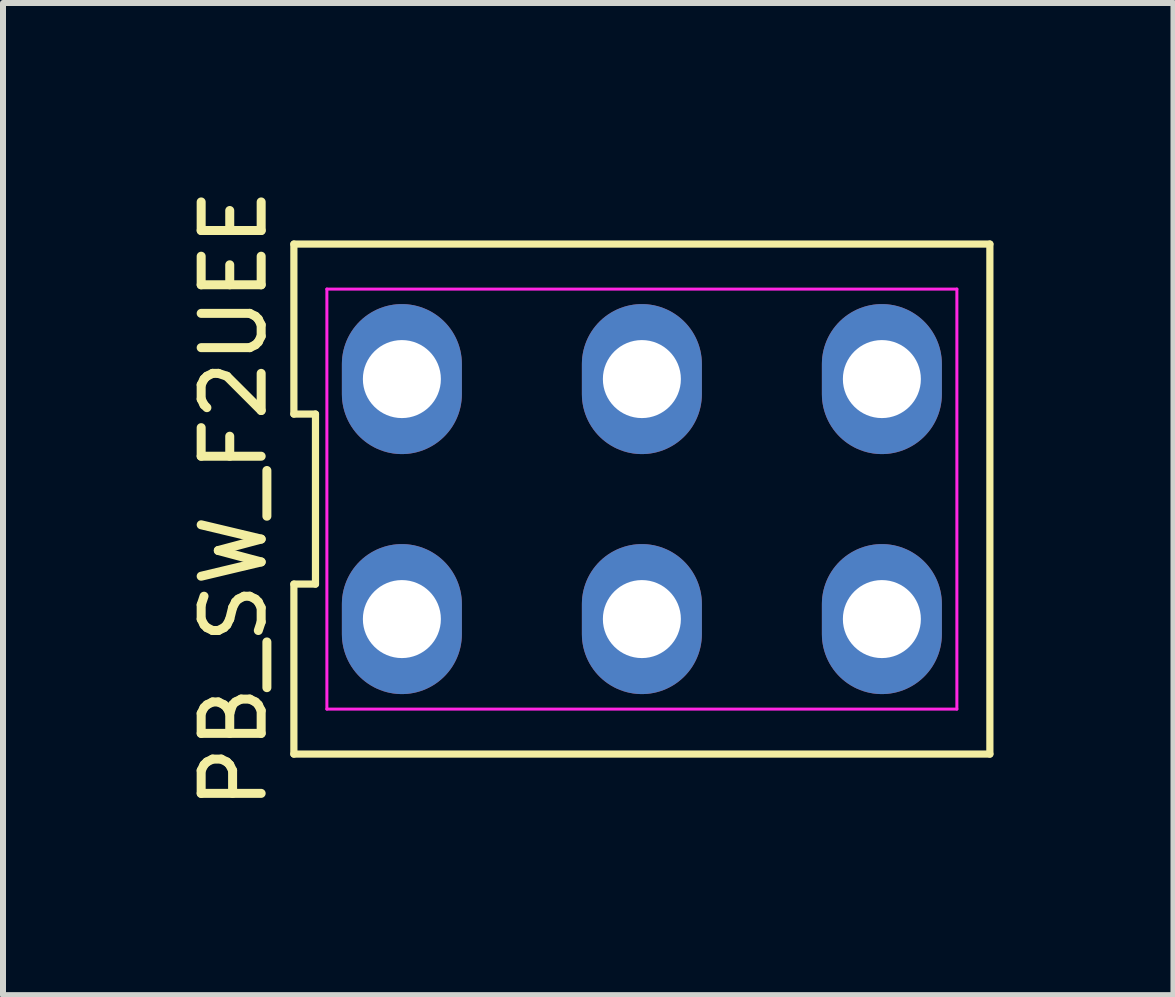
<source format=kicad_pcb>
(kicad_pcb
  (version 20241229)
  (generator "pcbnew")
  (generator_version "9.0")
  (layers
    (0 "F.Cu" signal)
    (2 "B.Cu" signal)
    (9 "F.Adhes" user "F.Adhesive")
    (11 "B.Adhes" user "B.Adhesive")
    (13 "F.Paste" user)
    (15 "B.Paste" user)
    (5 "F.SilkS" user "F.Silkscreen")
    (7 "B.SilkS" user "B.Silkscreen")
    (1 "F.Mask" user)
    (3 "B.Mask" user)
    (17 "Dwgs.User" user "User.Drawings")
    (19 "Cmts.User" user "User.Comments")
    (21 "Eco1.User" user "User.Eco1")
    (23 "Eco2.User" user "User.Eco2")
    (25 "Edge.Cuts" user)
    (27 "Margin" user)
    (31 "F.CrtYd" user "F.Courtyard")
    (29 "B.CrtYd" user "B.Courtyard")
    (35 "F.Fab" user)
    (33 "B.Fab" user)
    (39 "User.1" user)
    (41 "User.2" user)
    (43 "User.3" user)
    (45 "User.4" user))
  (footprint "PB_SW_F2UEE"
    (layer "F.Cu")
    (at 7.648 5.268)
    (property "Reference" "PB_SW_F2UEE" (at -6.8 0 90) (layer "F.SilkS") (effects (font (size 1 1) (thickness 0.15))))
    (attr through_hole)
    (fp_line (start -5.8 -4.25) (end -5.8 -1.417) (stroke (width 0.12) (type solid)) (layer "F.SilkS"))
    (fp_line (start -5.8 -1.417) (end -5.44 -1.417) (stroke (width 0.12) (type solid)) (layer "F.SilkS"))
    (fp_line (start -5.8 1.417) (end -5.8 4.25) (stroke (width 0.12) (type solid)) (layer "F.SilkS"))
    (fp_line (start -5.8 4.25) (end 5.8 4.25) (stroke (width 0.12) (type solid)) (layer "F.SilkS"))
    (fp_line (start -5.44 -1.417) (end -5.44 1.417) (stroke (width 0.12) (type solid)) (layer "F.SilkS"))
    (fp_line (start -5.44 1.417) (end -5.8 1.417) (stroke (width 0.12) (type solid)) (layer "F.SilkS"))
    (fp_line (start 5.8 -4.25) (end -5.8 -4.25) (stroke (width 0.12) (type solid)) (layer "F.SilkS"))
    (fp_line (start 5.8 4.25) (end 5.8 -4.25) (stroke (width 0.12) (type solid)) (layer "F.SilkS"))
    (fp_line (start -5.25 -3.5) (end 5.25 -3.5) (stroke (width 0.05) (type solid)) (layer "F.CrtYd"))
    (fp_line (start -5.25 3.5) (end -5.25 -3.5) (stroke (width 0.05) (type solid)) (layer "F.CrtYd"))
    (fp_line (start 5.25 -3.5) (end 5.25 3.5) (stroke (width 0.05) (type solid)) (layer "F.CrtYd"))
    (fp_line (start 5.25 3.5) (end -5.25 3.5) (stroke (width 0.05) (type solid)) (layer "F.CrtYd"))
    (pad "1" thru_hole oval (at -4 2) (size 2 2.5) (drill 1.3) (layers "*.Cu" "*.Mask"))
    (pad "2" thru_hole oval (at 0 2) (size 2 2.5) (drill 1.3) (layers "*.Cu" "*.Mask"))
    (pad "3" thru_hole oval (at 4 2) (size 2 2.5) (drill 1.3) (layers "*.Cu" "*.Mask"))
    (pad "4" thru_hole oval (at 4 -2) (size 2 2.5) (drill 1.3) (layers "*.Cu" "*.Mask"))
    (pad "5" thru_hole oval (at 0 -2) (size 2 2.5) (drill 1.3) (layers "*.Cu" "*.Mask"))
    (pad "6" thru_hole oval (at -4 -2) (size 2 2.5) (drill 1.3) (layers "*.Cu" "*.Mask")))
  (gr_rect
    (start -3 -3)
    (end 16.508 13.536)
    (stroke (width 0.1) (type default))
    (fill no)
    (layer "Edge.Cuts")))
</source>
